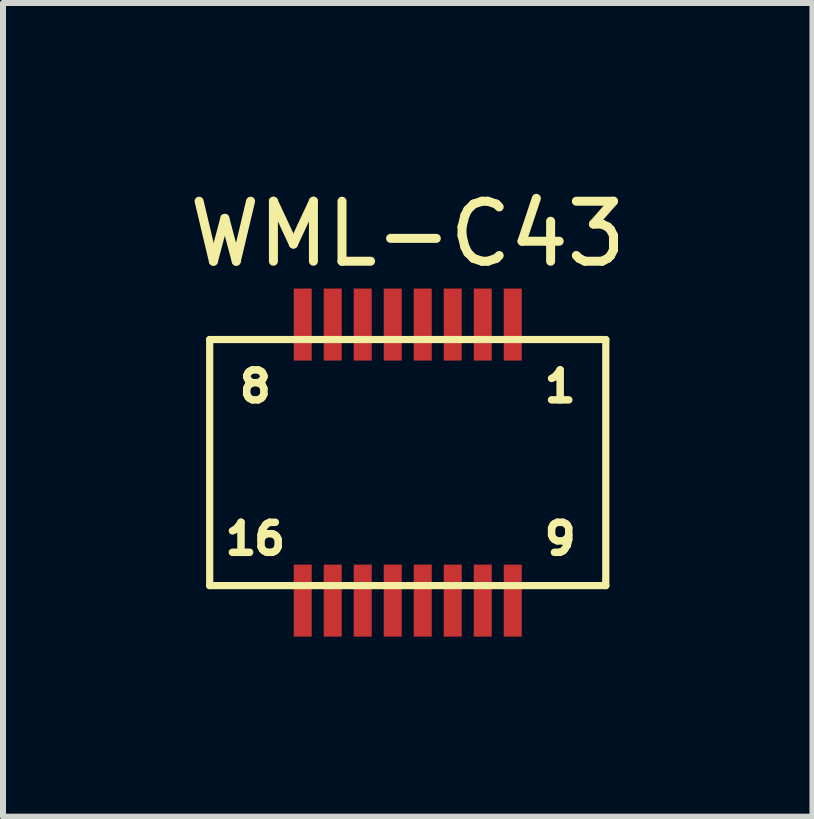
<source format=kicad_pcb>
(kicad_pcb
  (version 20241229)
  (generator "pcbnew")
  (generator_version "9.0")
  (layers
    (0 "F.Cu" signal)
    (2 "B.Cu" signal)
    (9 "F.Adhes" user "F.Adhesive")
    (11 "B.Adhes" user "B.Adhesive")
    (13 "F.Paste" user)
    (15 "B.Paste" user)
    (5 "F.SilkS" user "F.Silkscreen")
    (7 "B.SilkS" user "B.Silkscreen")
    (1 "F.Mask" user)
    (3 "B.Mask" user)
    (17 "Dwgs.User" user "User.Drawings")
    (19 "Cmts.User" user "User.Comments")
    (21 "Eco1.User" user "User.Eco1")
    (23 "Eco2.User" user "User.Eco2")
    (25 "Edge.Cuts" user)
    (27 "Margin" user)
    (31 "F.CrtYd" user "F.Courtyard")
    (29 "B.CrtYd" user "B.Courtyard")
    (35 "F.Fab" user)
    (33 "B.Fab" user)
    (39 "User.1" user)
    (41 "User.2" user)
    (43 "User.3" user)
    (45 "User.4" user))
  (footprint "WML-C43"
    (layer "F.Cu")
    (at 3.744 4.658)
    (property "Reference" "WML-C43" (at 0 -3.81 0) (layer "F.SilkS") (effects (font (size 1 1) (thickness 0.15))))
    (attr through_hole)
    (fp_line (start -3.3 -2.05) (end -3.3 2.05) (stroke (width 0.12) (type solid)) (layer "F.SilkS"))
    (fp_line (start -3.3 -2.05) (end 3.3 -2.05) (stroke (width 0.12) (type solid)) (layer "F.SilkS"))
    (fp_line (start 3.3 2.05) (end -3.3 2.05) (stroke (width 0.12) (type solid)) (layer "F.SilkS"))
    (fp_line (start 3.3 2.05) (end 3.3 -2.05) (stroke (width 0.12) (type solid)) (layer "F.SilkS"))
    (fp_text user "8" (at -2.54 -1.27 0) (layer "F.SilkS") (effects (font (size 0.5 0.5) (thickness 0.125))))
    (fp_text user "1" (at 2.54 -1.27 0) (layer "F.SilkS") (effects (font (size 0.5 0.5) (thickness 0.125))))
    (fp_text user "9" (at 2.54 1.27 0) (layer "F.SilkS") (effects (font (size 0.5 0.5) (thickness 0.125))))
    (fp_text user "16" (at -2.54 1.27 0) (layer "F.SilkS") (effects (font (size 0.5 0.5) (thickness 0.125))))
    (pad "1" smd rect (at 1.75 -2.3) (size 0.3 1.2) (layers "F.Cu" "F.Mask" "F.Paste"))
    (pad "2" smd rect (at 1.25 -2.3) (size 0.3 1.2) (layers "F.Cu" "F.Mask" "F.Paste"))
    (pad "3" smd rect (at 0.75 -2.3) (size 0.3 1.2) (layers "F.Cu" "F.Mask" "F.Paste"))
    (pad "4" smd rect (at 0.25 -2.3) (size 0.3 1.2) (layers "F.Cu" "F.Mask" "F.Paste"))
    (pad "5" smd rect (at -0.25 -2.3) (size 0.3 1.2) (layers "F.Cu" "F.Mask" "F.Paste"))
    (pad "6" smd rect (at -0.75 -2.3) (size 0.3 1.2) (layers "F.Cu" "F.Mask" "F.Paste"))
    (pad "7" smd rect (at -1.25 -2.3) (size 0.3 1.2) (layers "F.Cu" "F.Mask" "F.Paste"))
    (pad "8" smd rect (at -1.75 -2.3) (size 0.3 1.2) (layers "F.Cu" "F.Mask" "F.Paste"))
    (pad "9" smd rect (at 1.75 2.3) (size 0.3 1.2) (layers "F.Cu" "F.Mask" "F.Paste"))
    (pad "10" smd rect (at 1.25 2.3) (size 0.3 1.2) (layers "F.Cu" "F.Mask" "F.Paste"))
    (pad "11" smd rect (at 0.75 2.3) (size 0.3 1.2) (layers "F.Cu" "F.Mask" "F.Paste"))
    (pad "12" smd rect (at 0.25 2.3) (size 0.3 1.2) (layers "F.Cu" "F.Mask" "F.Paste"))
    (pad "13" smd rect (at -0.25 2.3) (size 0.3 1.2) (layers "F.Cu" "F.Mask" "F.Paste"))
    (pad "14" smd rect (at -0.75 2.3) (size 0.3 1.2) (layers "F.Cu" "F.Mask" "F.Paste"))
    (pad "15" smd rect (at -1.25 2.3) (size 0.3 1.2) (layers "F.Cu" "F.Mask" "F.Paste"))
    (pad "16" smd rect (at -1.75 2.3) (size 0.3 1.2) (layers "F.Cu" "F.Mask" "F.Paste")))
  (gr_rect
    (start -3 -3)
    (end 10.488 10.558)
    (stroke (width 0.1) (type default))
    (fill no)
    (layer "Edge.Cuts")))
</source>
